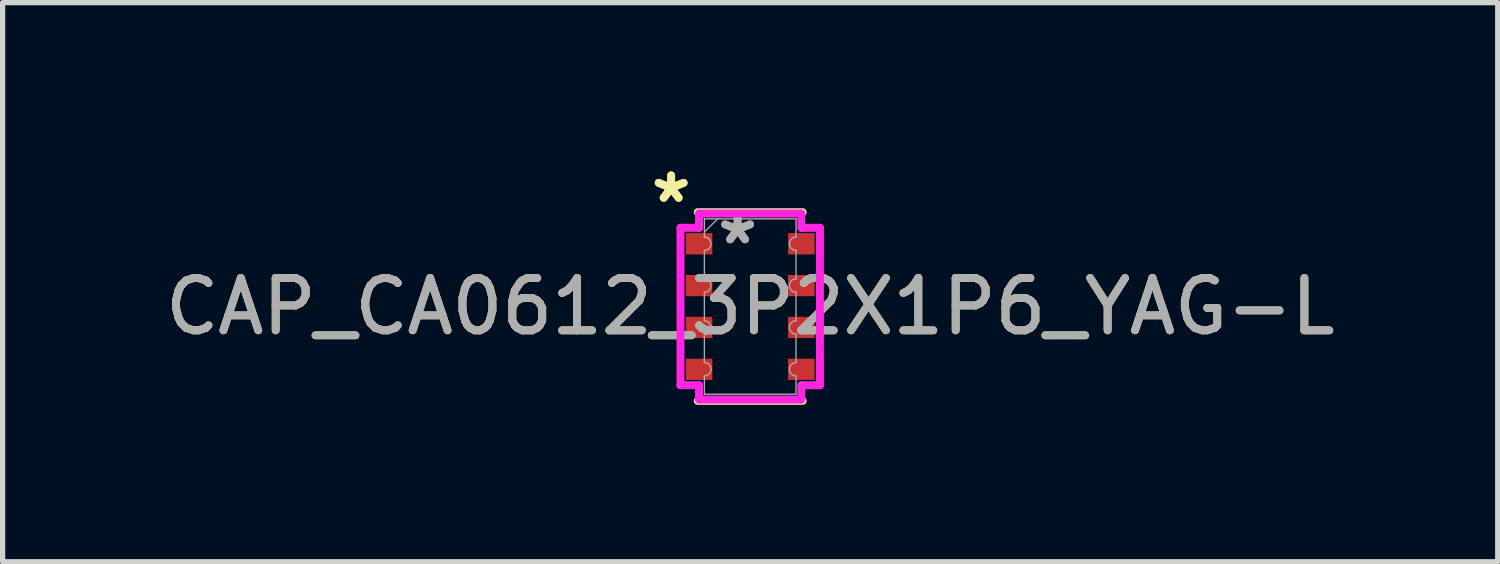
<source format=kicad_pcb>
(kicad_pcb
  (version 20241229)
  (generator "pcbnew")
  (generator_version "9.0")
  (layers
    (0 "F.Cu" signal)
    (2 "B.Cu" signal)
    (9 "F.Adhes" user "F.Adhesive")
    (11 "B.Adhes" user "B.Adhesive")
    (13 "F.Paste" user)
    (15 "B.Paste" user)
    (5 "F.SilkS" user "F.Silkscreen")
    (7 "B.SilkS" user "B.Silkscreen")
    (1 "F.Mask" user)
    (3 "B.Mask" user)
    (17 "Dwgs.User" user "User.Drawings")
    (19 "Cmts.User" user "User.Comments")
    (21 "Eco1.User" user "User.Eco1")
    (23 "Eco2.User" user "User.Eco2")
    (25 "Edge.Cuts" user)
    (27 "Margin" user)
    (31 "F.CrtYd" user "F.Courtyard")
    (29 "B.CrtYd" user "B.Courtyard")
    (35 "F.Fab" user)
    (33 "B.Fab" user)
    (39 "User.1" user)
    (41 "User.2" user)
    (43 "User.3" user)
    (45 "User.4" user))
  (footprint "CAP_CA0612_3P2X1P6_YAG-L"
    (layer "F.Cu")
    (at 11.292 2.81)
    (property "Reference" "CAP_CA0612_3P2X1P6_YAG-L" (at 0 0 0) (unlocked yes) (layer "F.SilkS") (effects (font (size 1 1) (thickness 0.15))))
    (attr smd)
    (fp_line (start -1.003 -1.803) (end 1.003 -1.803) (stroke (width 0.152) (type solid)) (layer "F.SilkS"))
    (fp_line (start -1.003 1.803) (end 1.003 1.803) (stroke (width 0.152) (type solid)) (layer "F.SilkS"))
    (fp_line (start -1.333 -1.505) (end -0.978 -1.505) (stroke (width 0.152) (type solid)) (layer "F.CrtYd"))
    (fp_line (start -1.333 1.505) (end -1.333 -1.505) (stroke (width 0.152) (type solid)) (layer "F.CrtYd"))
    (fp_line (start -1.333 1.505) (end -0.978 1.505) (stroke (width 0.152) (type solid)) (layer "F.CrtYd"))
    (fp_line (start -0.978 -1.778) (end 0.978 -1.778) (stroke (width 0.152) (type solid)) (layer "F.CrtYd"))
    (fp_line (start -0.978 -1.505) (end -0.978 -1.778) (stroke (width 0.152) (type solid)) (layer "F.CrtYd"))
    (fp_line (start -0.978 1.778) (end -0.978 1.505) (stroke (width 0.152) (type solid)) (layer "F.CrtYd"))
    (fp_line (start 0.978 -1.778) (end 0.978 -1.505) (stroke (width 0.152) (type solid)) (layer "F.CrtYd"))
    (fp_line (start 0.978 1.505) (end 0.978 1.778) (stroke (width 0.152) (type solid)) (layer "F.CrtYd"))
    (fp_line (start 0.978 1.778) (end -0.978 1.778) (stroke (width 0.152) (type solid)) (layer "F.CrtYd"))
    (fp_line (start 1.333 -1.505) (end 0.978 -1.505) (stroke (width 0.152) (type solid)) (layer "F.CrtYd"))
    (fp_line (start 1.333 -1.505) (end 1.333 1.505) (stroke (width 0.152) (type solid)) (layer "F.CrtYd"))
    (fp_line (start 1.333 1.505) (end 0.978 1.505) (stroke (width 0.152) (type solid)) (layer "F.CrtYd"))
    (fp_line (start -0.876 -1.676) (end 0.876 -1.676) (stroke (width 0.025) (type solid)) (layer "F.Fab"))
    (fp_line (start -0.876 -1.327) (end -0.876 -1.676) (stroke (width 0.025) (type solid)) (layer "F.Fab"))
    (fp_line (start -0.876 -1.073) (end -0.876 -0.527) (stroke (width 0.025) (type solid)) (layer "F.Fab"))
    (fp_line (start -0.876 -0.273) (end -0.876 0.273) (stroke (width 0.025) (type solid)) (layer "F.Fab"))
    (fp_line (start -0.876 0.527) (end -0.876 1.073) (stroke (width 0.025) (type solid)) (layer "F.Fab"))
    (fp_line (start -0.876 1.327) (end -0.876 1.676) (stroke (width 0.025) (type solid)) (layer "F.Fab"))
    (fp_line (start -0.876 1.676) (end 0.876 1.676) (stroke (width 0.025) (type solid)) (layer "F.Fab"))
    (fp_line (start -0.622 -1.676) (end -0.876 -1.422) (stroke (width 0.025) (type solid)) (layer "F.Fab"))
    (fp_line (start 0.876 -1.327) (end 0.876 -1.676) (stroke (width 0.025) (type solid)) (layer "F.Fab"))
    (fp_line (start 0.876 -1.073) (end 0.876 -0.527) (stroke (width 0.025) (type solid)) (layer "F.Fab"))
    (fp_line (start 0.876 -0.273) (end 0.876 0.273) (stroke (width 0.025) (type solid)) (layer "F.Fab"))
    (fp_line (start 0.876 0.527) (end 0.876 1.073) (stroke (width 0.025) (type solid)) (layer "F.Fab"))
    (fp_line (start 0.876 1.327) (end 0.876 1.676) (stroke (width 0.025) (type solid)) (layer "F.Fab"))
    (fp_arc (start -0.8763 -1.327) (mid -0.7493 -1.2) (end -0.8763 -1.073) (stroke (width 0.0254) (type solid)) (layer "F.Fab"))
    (fp_arc (start -0.8763 -0.526999) (mid -0.7493 -0.399999) (end -0.8763 -0.272999) (stroke (width 0.0254) (type solid)) (layer "F.Fab"))
    (fp_arc (start -0.8763 0.272999) (mid -0.7493 0.399999) (end -0.8763 0.526999) (stroke (width 0.0254) (type solid)) (layer "F.Fab"))
    (fp_arc (start -0.8763 1.073) (mid -0.7493 1.2) (end -0.8763 1.327) (stroke (width 0.0254) (type solid)) (layer "F.Fab"))
    (fp_arc (start 0.8763 -1.073) (mid 0.7493 -1.2) (end 0.8763 -1.327) (stroke (width 0.0254) (type solid)) (layer "F.Fab"))
    (fp_arc (start 0.8763 -0.272999) (mid 0.7493 -0.399999) (end 0.8763 -0.526999) (stroke (width 0.0254) (type solid)) (layer "F.Fab"))
    (fp_arc (start 0.8763 0.526999) (mid 0.7493 0.399999) (end 0.8763 0.272999) (stroke (width 0.0254) (type solid)) (layer "F.Fab"))
    (fp_arc (start 0.8763 1.327) (mid 0.7493 1.2) (end 0.8763 1.073) (stroke (width 0.0254) (type solid)) (layer "F.Fab"))
    (fp_text user "*" (at -1.511 -1.962 0) (layer "F.SilkS") (effects (font (size 1 1) (thickness 0.15))))
    (fp_text user "*" (at -1.511 -1.962 0) (unlocked yes) (layer "F.SilkS") (effects (font (size 1 1) (thickness 0.15))))
    (fp_text user "*" (at -0.241 -1.168 0) (unlocked yes) (layer "F.Fab") (effects (font (size 1 1) (thickness 0.15))))
    (fp_text user "*" (at -0.241 -1.168 0) (layer "F.Fab") (effects (font (size 1 1) (thickness 0.15))))
    (fp_text user "${REFERENCE}" (at 0 0 0) (unlocked yes) (layer "F.Fab") (effects (font (size 1 1) (thickness 0.15))))
    (pad "1" smd rect (at -0.978 -1.2) (size 0.508 0.406) (layers "F.Cu" "F.Mask" "F.Paste"))
    (pad "2" smd rect (at -0.978 -0.4) (size 0.508 0.406) (layers "F.Cu" "F.Mask" "F.Paste"))
    (pad "3" smd rect (at -0.978 0.4) (size 0.508 0.406) (layers "F.Cu" "F.Mask" "F.Paste"))
    (pad "4" smd rect (at -0.978 1.2) (size 0.508 0.406) (layers "F.Cu" "F.Mask" "F.Paste"))
    (pad "5" smd rect (at 0.978 1.2) (size 0.508 0.406) (layers "F.Cu" "F.Mask" "F.Paste"))
    (pad "6" smd rect (at 0.978 0.4) (size 0.508 0.406) (layers "F.Cu" "F.Mask" "F.Paste"))
    (pad "7" smd rect (at 0.978 -0.4) (size 0.508 0.406) (layers "F.Cu" "F.Mask" "F.Paste"))
    (pad "8" smd rect (at 0.978 -1.2) (size 0.508 0.406) (layers "F.Cu" "F.Mask" "F.Paste")))
  (gr_rect
    (start -3 -3)
    (end 25.583 7.69)
    (stroke (width 0.1) (type default))
    (fill no)
    (layer "Edge.Cuts")))
</source>
